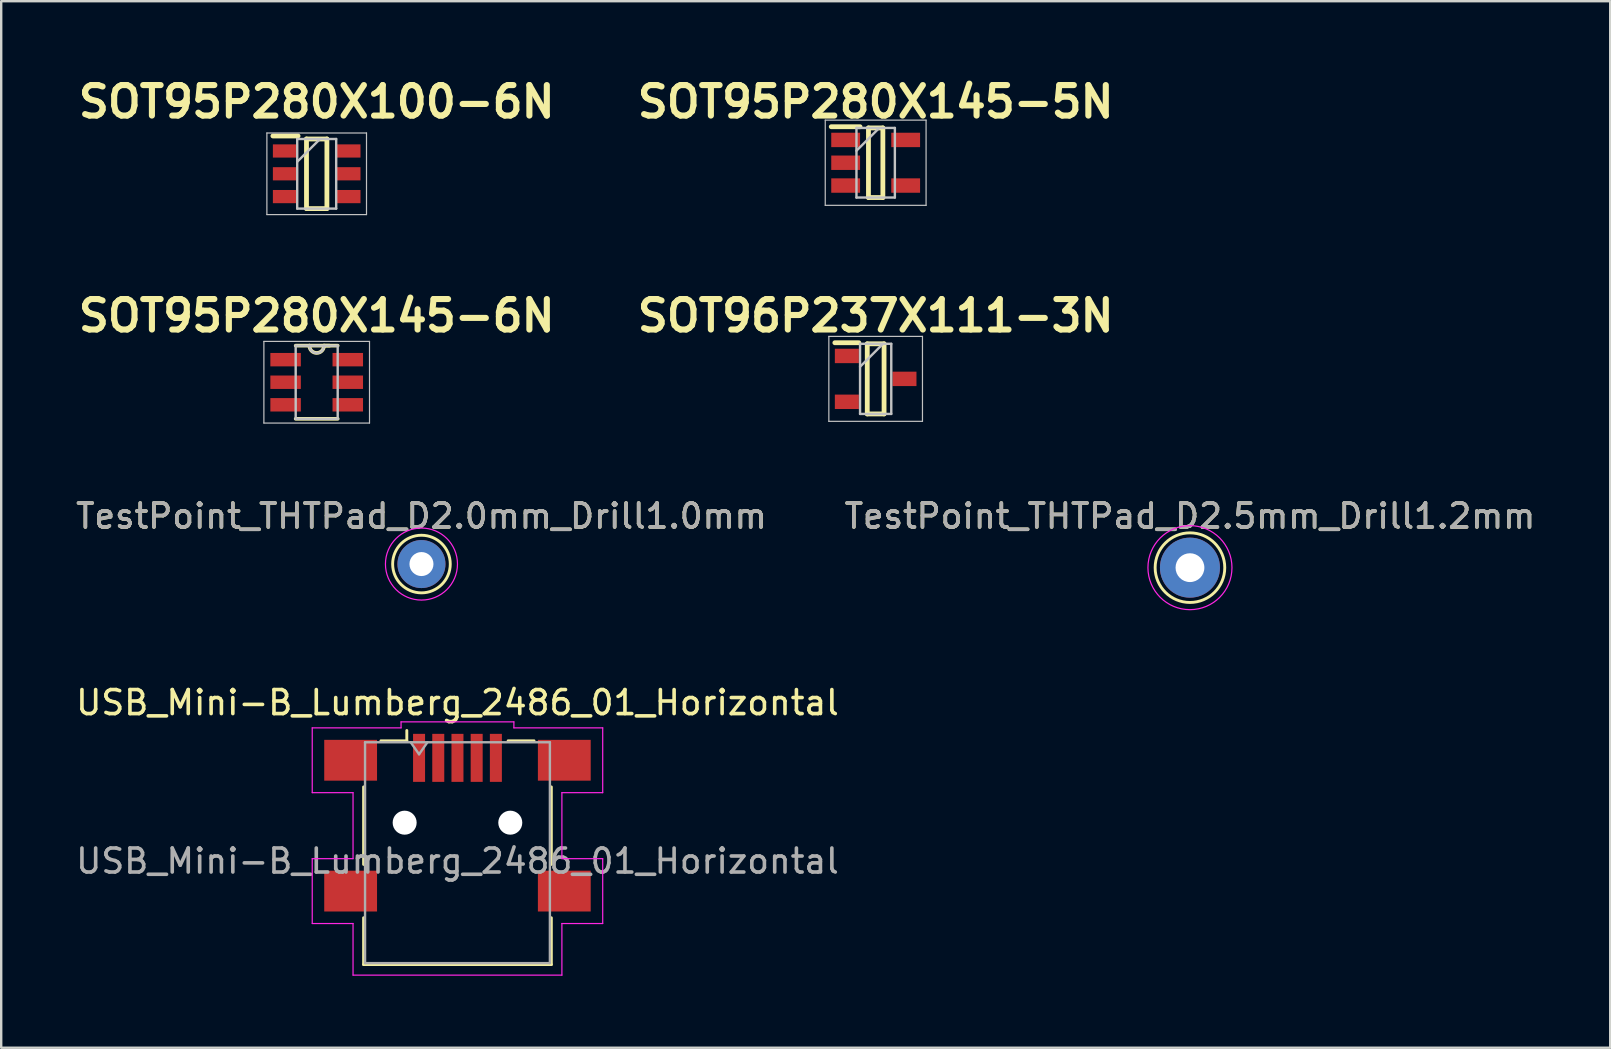
<source format=kicad_pcb>
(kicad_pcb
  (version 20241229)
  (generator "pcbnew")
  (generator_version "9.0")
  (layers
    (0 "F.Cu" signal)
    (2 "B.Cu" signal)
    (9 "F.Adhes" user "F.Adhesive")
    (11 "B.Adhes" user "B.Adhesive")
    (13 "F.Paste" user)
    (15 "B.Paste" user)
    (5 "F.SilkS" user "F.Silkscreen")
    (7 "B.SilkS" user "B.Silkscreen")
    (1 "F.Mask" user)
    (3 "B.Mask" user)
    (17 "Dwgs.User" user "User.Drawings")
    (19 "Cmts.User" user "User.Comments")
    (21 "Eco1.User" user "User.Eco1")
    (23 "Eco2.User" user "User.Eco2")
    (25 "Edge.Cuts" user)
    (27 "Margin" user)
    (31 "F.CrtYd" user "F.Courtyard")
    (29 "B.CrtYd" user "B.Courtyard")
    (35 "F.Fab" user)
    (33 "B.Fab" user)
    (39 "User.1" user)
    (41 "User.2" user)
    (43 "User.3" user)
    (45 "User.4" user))
  (footprint "TestPoint_THTPad_D2.0mm_Drill1.0mm"
    (layer "F.Cu")
    (at 14.506 20.446)
    (property "Reference" "TestPoint_THTPad_D2.0mm_Drill1.0mm" (at 0 -1.998 0) (layer "F.SilkS") (effects (font (size 1 1) (thickness 0.15))))
    (attr exclude_from_pos_files exclude_from_bom)
    (fp_circle (center 0 0) (end 0 1.2) (stroke (width 0.12) (type solid)) (fill no) (layer "F.SilkS"))
    (fp_circle (center 0 0) (end 1.5 0) (stroke (width 0.05) (type solid)) (fill no) (layer "F.CrtYd"))
    (fp_text user "${REFERENCE}" (at 0 -2 0) (layer "F.Fab") (effects (font (size 1 1) (thickness 0.15))))
    (pad "1" thru_hole circle (at 0 0) (size 2 2) (drill 1) (layers "*.Cu" "*.Mask")))
  (footprint "SOT95P280X145-6N"
    (layer "F.Cu")
    (at 10.142 12.872)
    (property "Reference" "SOT95P280X145-6N" (at 0 -2.77 0) (layer "F.SilkS") (effects (font (size 1.27 1.27) (thickness 0.254))))
    (attr smd)
    (fp_line (start -0.875 1.524) (end 0.875 1.524) (stroke (width 0.152) (type solid)) (layer "F.SilkS"))
    (fp_line (start -0.3 -1.524) (end -0.875 -1.524) (stroke (width 0.152) (type solid)) (layer "F.SilkS"))
    (fp_line (start 0.305 -1.524) (end -0.305 -1.524) (stroke (width 0.152) (type solid)) (layer "F.SilkS"))
    (fp_line (start 0.533 -1.524) (end 0.305 -1.524) (stroke (width 0.152) (type solid)) (layer "F.SilkS"))
    (fp_line (start 0.875 -1.524) (end 0.3 -1.524) (stroke (width 0.152) (type solid)) (layer "F.SilkS"))
    (fp_arc (start 0.3048 -1.524) (mid 0 -1.2192) (end -0.3048 -1.524) (stroke (width 0.1524) (type solid)) (layer "F.SilkS"))
    (fp_line (start -2.2 -1.7) (end 2.2 -1.7) (stroke (width 0.05) (type solid)) (layer "Dwgs.User"))
    (fp_line (start -2.2 1.7) (end -2.2 -1.7) (stroke (width 0.05) (type solid)) (layer "Dwgs.User"))
    (fp_line (start -0.875 -1.524) (end -0.875 1.524) (stroke (width 0.1) (type solid)) (layer "Dwgs.User"))
    (fp_line (start 0.875 -1.524) (end -0.875 -1.524) (stroke (width 0.1) (type solid)) (layer "Dwgs.User"))
    (fp_line (start 0.875 -1.524) (end 0.875 1.524) (stroke (width 0.1) (type solid)) (layer "Dwgs.User"))
    (fp_line (start 0.875 1.524) (end -0.875 1.524) (stroke (width 0.1) (type solid)) (layer "Dwgs.User"))
    (fp_line (start 2.2 -1.7) (end 2.2 1.7) (stroke (width 0.05) (type solid)) (layer "Dwgs.User"))
    (fp_line (start 2.2 1.7) (end -2.2 1.7) (stroke (width 0.05) (type solid)) (layer "Dwgs.User"))
    (fp_arc (start 0.3048 -1.52) (mid 0 -1.2152) (end -0.3048 -1.52) (stroke (width 0.1) (type solid)) (layer "Dwgs.User"))
    (pad "1" smd rect (at -1.295 -0.94 90) (size 0.559 1.27) (layers "F.Cu" "F.Mask" "F.Paste"))
    (pad "2" smd rect (at -1.295 0 90) (size 0.559 1.27) (layers "F.Cu" "F.Mask" "F.Paste"))
    (pad "3" smd rect (at -1.295 0.94 90) (size 0.559 1.27) (layers "F.Cu" "F.Mask" "F.Paste"))
    (pad "4" smd rect (at 1.295 0.94 90) (size 0.559 1.27) (layers "F.Cu" "F.Mask" "F.Paste"))
    (pad "5" smd rect (at 1.295 0 90) (size 0.559 1.27) (layers "F.Cu" "F.Mask" "F.Paste"))
    (pad "6" smd rect (at 1.295 -0.94 90) (size 0.559 1.27) (layers "F.Cu" "F.Mask" "F.Paste")))
  (footprint "USB_Mini-B_Lumberg_2486_01_Horizontal"
    (layer "F.Cu")
    (at 16.006 31.219)
    (property "Reference" "USB_Mini-B_Lumberg_2486_01_Horizontal" (at 0 -5 0) (layer "F.SilkS") (effects (font (size 1 1) (thickness 0.15))))
    (attr smd)
    (fp_line (start -3.91 1.74) (end -3.91 -1.49) (stroke (width 0.12) (type solid)) (layer "F.SilkS"))
    (fp_line (start -3.91 5.91) (end -3.91 3.96) (stroke (width 0.12) (type solid)) (layer "F.SilkS"))
    (fp_line (start -3.19 -3.41) (end -2.11 -3.41) (stroke (width 0.12) (type solid)) (layer "F.SilkS"))
    (fp_line (start -2.11 -3.41) (end -2.11 -3.84) (stroke (width 0.12) (type solid)) (layer "F.SilkS"))
    (fp_line (start 2.11 -3.41) (end 3.19 -3.41) (stroke (width 0.12) (type solid)) (layer "F.SilkS"))
    (fp_line (start 3.91 1.74) (end 3.91 -1.49) (stroke (width 0.12) (type solid)) (layer "F.SilkS"))
    (fp_line (start 3.91 5.91) (end -3.91 5.91) (stroke (width 0.12) (type solid)) (layer "F.SilkS"))
    (fp_line (start 3.91 5.91) (end 3.91 3.96) (stroke (width 0.12) (type solid)) (layer "F.SilkS"))
    (fp_line (start -6.05 -3.95) (end -6.05 -1.25) (stroke (width 0.05) (type solid)) (layer "F.CrtYd"))
    (fp_line (start -6.05 -3.95) (end -2.35 -3.95) (stroke (width 0.05) (type solid)) (layer "F.CrtYd"))
    (fp_line (start -6.05 1.5) (end -6.05 4.2) (stroke (width 0.05) (type solid)) (layer "F.CrtYd"))
    (fp_line (start -4.35 -1.25) (end -6.05 -1.25) (stroke (width 0.05) (type solid)) (layer "F.CrtYd"))
    (fp_line (start -4.35 -1.25) (end -4.35 1.5) (stroke (width 0.05) (type solid)) (layer "F.CrtYd"))
    (fp_line (start -4.35 1.5) (end -6.05 1.5) (stroke (width 0.05) (type solid)) (layer "F.CrtYd"))
    (fp_line (start -4.35 4.2) (end -6.05 4.2) (stroke (width 0.05) (type solid)) (layer "F.CrtYd"))
    (fp_line (start -4.35 6.35) (end -4.35 4.2) (stroke (width 0.05) (type solid)) (layer "F.CrtYd"))
    (fp_line (start -4.35 6.35) (end 4.35 6.35) (stroke (width 0.05) (type solid)) (layer "F.CrtYd"))
    (fp_line (start -2.35 -3.95) (end -2.35 -4.2) (stroke (width 0.05) (type solid)) (layer "F.CrtYd"))
    (fp_line (start 2.35 -4.2) (end -2.35 -4.2) (stroke (width 0.05) (type solid)) (layer "F.CrtYd"))
    (fp_line (start 2.35 -3.95) (end 2.35 -4.2) (stroke (width 0.05) (type solid)) (layer "F.CrtYd"))
    (fp_line (start 4.35 -1.25) (end 4.35 1.5) (stroke (width 0.05) (type solid)) (layer "F.CrtYd"))
    (fp_line (start 4.35 -1.25) (end 6.05 -1.25) (stroke (width 0.05) (type solid)) (layer "F.CrtYd"))
    (fp_line (start 4.35 1.5) (end 6.05 1.5) (stroke (width 0.05) (type solid)) (layer "F.CrtYd"))
    (fp_line (start 4.35 4.2) (end 6.05 4.2) (stroke (width 0.05) (type solid)) (layer "F.CrtYd"))
    (fp_line (start 4.35 6.35) (end 4.35 4.2) (stroke (width 0.05) (type solid)) (layer "F.CrtYd"))
    (fp_line (start 6.05 -3.95) (end 2.35 -3.95) (stroke (width 0.05) (type solid)) (layer "F.CrtYd"))
    (fp_line (start 6.05 -3.95) (end 6.05 -1.25) (stroke (width 0.05) (type solid)) (layer "F.CrtYd"))
    (fp_line (start 6.05 1.5) (end 6.05 4.2) (stroke (width 0.05) (type solid)) (layer "F.CrtYd"))
    (fp_line (start -3.85 -3.35) (end -3.85 5.85) (stroke (width 0.1) (type solid)) (layer "F.Fab"))
    (fp_line (start -3.85 -3.35) (end 3.85 -3.35) (stroke (width 0.1) (type solid)) (layer "F.Fab"))
    (fp_line (start -3.85 5.85) (end 3.85 5.85) (stroke (width 0.1) (type solid)) (layer "F.Fab"))
    (fp_line (start -1.95 -3.35) (end -1.6 -2.85) (stroke (width 0.1) (type solid)) (layer "F.Fab"))
    (fp_line (start -1.6 -2.85) (end -1.25 -3.35) (stroke (width 0.1) (type solid)) (layer "F.Fab"))
    (fp_line (start 3.85 5.85) (end 3.85 -3.35) (stroke (width 0.1) (type solid)) (layer "F.Fab"))
    (fp_text user "${REFERENCE}" (at 0 1.6 180) (layer "F.Fab") (effects (font (size 1 1) (thickness 0.15))))
    (pad "" np_thru_hole circle (at -2.2 0) (size 1 1) (drill 1) (layers "*.Cu" "*.Mask"))
    (pad "" np_thru_hole circle (at 2.2 0) (size 1 1) (drill 1) (layers "*.Cu" "*.Mask"))
    (pad "1" smd rect (at -1.6 -2.7) (size 0.5 2) (layers "F.Cu" "F.Mask" "F.Paste"))
    (pad "2" smd rect (at -0.8 -2.7) (size 0.5 2) (layers "F.Cu" "F.Mask" "F.Paste"))
    (pad "3" smd rect (at 0 -2.7) (size 0.5 2) (layers "F.Cu" "F.Mask" "F.Paste"))
    (pad "4" smd rect (at 0.8 -2.7) (size 0.5 2) (layers "F.Cu" "F.Mask" "F.Paste"))
    (pad "5" smd rect (at 1.6 -2.7) (size 0.5 2) (layers "F.Cu" "F.Mask" "F.Paste"))
    (pad "SH" smd rect (at -4.45 -2.6) (size 2.2 1.7) (layers "F.Cu" "F.Mask" "F.Paste"))
    (pad "SH" smd rect (at -4.45 2.85) (size 2.2 1.7) (layers "F.Cu" "F.Mask" "F.Paste"))
    (pad "SH" smd rect (at 4.45 -2.6) (size 2.2 1.7) (layers "F.Cu" "F.Mask" "F.Paste"))
    (pad "SH" smd rect (at 4.45 2.85) (size 2.2 1.7) (layers "F.Cu" "F.Mask" "F.Paste")))
  (footprint "TestPoint_THTPad_D2.5mm_Drill1.2mm"
    (layer "F.Cu")
    (at 46.518 20.596)
    (property "Reference" "TestPoint_THTPad_D2.5mm_Drill1.2mm" (at 0 -2.148 0) (layer "F.SilkS") (effects (font (size 1 1) (thickness 0.15))))
    (attr exclude_from_pos_files exclude_from_bom)
    (fp_circle (center 0 0) (end 0 1.45) (stroke (width 0.12) (type solid)) (fill no) (layer "F.SilkS"))
    (fp_circle (center 0 0) (end 1.75 0) (stroke (width 0.05) (type solid)) (fill no) (layer "F.CrtYd"))
    (fp_text user "${REFERENCE}" (at 0 -2.15 0) (layer "F.Fab") (effects (font (size 1 1) (thickness 0.15))))
    (pad "1" thru_hole circle (at 0 0) (size 2.5 2.5) (drill 1.2) (layers "*.Cu" "*.Mask")))
  (footprint "SOT96P237X111-3N"
    (layer "F.Cu")
    (at 33.426 12.732)
    (property "Reference" "SOT96P237X111-3N" (at 0 -2.63 0) (layer "F.SilkS") (effects (font (size 1.27 1.27) (thickness 0.254))))
    (attr smd)
    (fp_line (start -1.7 -1.505) (end -0.7 -1.505) (stroke (width 0.2) (type solid)) (layer "F.SilkS"))
    (fp_line (start -0.35 -1.46) (end 0.35 -1.46) (stroke (width 0.2) (type solid)) (layer "F.SilkS"))
    (fp_line (start -0.35 1.46) (end -0.35 -1.46) (stroke (width 0.2) (type solid)) (layer "F.SilkS"))
    (fp_line (start 0.35 -1.46) (end 0.35 1.46) (stroke (width 0.2) (type solid)) (layer "F.SilkS"))
    (fp_line (start 0.35 1.46) (end -0.35 1.46) (stroke (width 0.2) (type solid)) (layer "F.SilkS"))
    (fp_line (start -1.95 -1.77) (end 1.95 -1.77) (stroke (width 0.05) (type solid)) (layer "Dwgs.User"))
    (fp_line (start -1.95 1.77) (end -1.95 -1.77) (stroke (width 0.05) (type solid)) (layer "Dwgs.User"))
    (fp_line (start -0.65 -1.46) (end 0.65 -1.46) (stroke (width 0.1) (type solid)) (layer "Dwgs.User"))
    (fp_line (start -0.65 -0.505) (end 0.305 -1.46) (stroke (width 0.1) (type solid)) (layer "Dwgs.User"))
    (fp_line (start -0.65 1.46) (end -0.65 -1.46) (stroke (width 0.1) (type solid)) (layer "Dwgs.User"))
    (fp_line (start 0.65 -1.46) (end 0.65 1.46) (stroke (width 0.1) (type solid)) (layer "Dwgs.User"))
    (fp_line (start 0.65 1.46) (end -0.65 1.46) (stroke (width 0.1) (type solid)) (layer "Dwgs.User"))
    (fp_line (start 1.95 -1.77) (end 1.95 1.77) (stroke (width 0.05) (type solid)) (layer "Dwgs.User"))
    (fp_line (start 1.95 1.77) (end -1.95 1.77) (stroke (width 0.05) (type solid)) (layer "Dwgs.User"))
    (pad "1" smd rect (at -1.2 -0.955 90) (size 0.6 1) (layers "F.Cu" "F.Mask" "F.Paste"))
    (pad "2" smd rect (at -1.2 0.955 90) (size 0.6 1) (layers "F.Cu" "F.Mask" "F.Paste"))
    (pad "3" smd rect (at 1.2 0 90) (size 0.6 1) (layers "F.Cu" "F.Mask" "F.Paste")))
  (footprint "SOT95P280X145-5N"
    (layer "F.Cu")
    (at 33.426 3.729)
    (property "Reference" "SOT95P280X145-5N" (at 0 -2.54 0) (layer "F.SilkS") (effects (font (size 1.27 1.27) (thickness 0.254))))
    (attr smd)
    (fp_line (start -1.85 -1.5) (end -0.65 -1.5) (stroke (width 0.2) (type solid)) (layer "F.SilkS"))
    (fp_line (start -0.3 -1.45) (end 0.3 -1.45) (stroke (width 0.2) (type solid)) (layer "F.SilkS"))
    (fp_line (start -0.3 1.45) (end -0.3 -1.45) (stroke (width 0.2) (type solid)) (layer "F.SilkS"))
    (fp_line (start 0.3 -1.45) (end 0.3 1.45) (stroke (width 0.2) (type solid)) (layer "F.SilkS"))
    (fp_line (start 0.3 1.45) (end -0.3 1.45) (stroke (width 0.2) (type solid)) (layer "F.SilkS"))
    (fp_line (start -2.1 -1.775) (end 2.1 -1.775) (stroke (width 0.05) (type solid)) (layer "Dwgs.User"))
    (fp_line (start -2.1 1.775) (end -2.1 -1.775) (stroke (width 0.05) (type solid)) (layer "Dwgs.User"))
    (fp_line (start -0.8 -1.45) (end 0.8 -1.45) (stroke (width 0.1) (type solid)) (layer "Dwgs.User"))
    (fp_line (start -0.8 -0.5) (end 0.15 -1.45) (stroke (width 0.1) (type solid)) (layer "Dwgs.User"))
    (fp_line (start -0.8 1.45) (end -0.8 -1.45) (stroke (width 0.1) (type solid)) (layer "Dwgs.User"))
    (fp_line (start 0.8 -1.45) (end 0.8 1.45) (stroke (width 0.1) (type solid)) (layer "Dwgs.User"))
    (fp_line (start 0.8 1.45) (end -0.8 1.45) (stroke (width 0.1) (type solid)) (layer "Dwgs.User"))
    (fp_line (start 2.1 -1.775) (end 2.1 1.775) (stroke (width 0.05) (type solid)) (layer "Dwgs.User"))
    (fp_line (start 2.1 1.775) (end -2.1 1.775) (stroke (width 0.05) (type solid)) (layer "Dwgs.User"))
    (pad "1" smd rect (at -1.25 -0.95 90) (size 0.6 1.2) (layers "F.Cu" "F.Mask" "F.Paste"))
    (pad "2" smd rect (at -1.25 0 90) (size 0.6 1.2) (layers "F.Cu" "F.Mask" "F.Paste"))
    (pad "3" smd rect (at -1.25 0.95 90) (size 0.6 1.2) (layers "F.Cu" "F.Mask" "F.Paste"))
    (pad "4" smd rect (at 1.25 0.95 90) (size 0.6 1.2) (layers "F.Cu" "F.Mask" "F.Paste"))
    (pad "5" smd rect (at 1.25 -0.95 90) (size 0.6 1.2) (layers "F.Cu" "F.Mask" "F.Paste")))
  (footprint "SOT95P280X100-6N"
    (layer "F.Cu")
    (at 10.142 4.189)
    (property "Reference" "SOT95P280X100-6N" (at 0 -3 0) (layer "F.SilkS") (effects (font (size 1.27 1.27) (thickness 0.254))))
    (attr smd)
    (fp_line (start -1.825 -1.575) (end -0.775 -1.575) (stroke (width 0.2) (type solid)) (layer "F.SilkS"))
    (fp_line (start -0.425 -1.45) (end 0.425 -1.45) (stroke (width 0.2) (type solid)) (layer "F.SilkS"))
    (fp_line (start -0.425 1.45) (end -0.425 -1.45) (stroke (width 0.2) (type solid)) (layer "F.SilkS"))
    (fp_line (start 0.425 -1.45) (end 0.425 1.45) (stroke (width 0.2) (type solid)) (layer "F.SilkS"))
    (fp_line (start 0.425 1.45) (end -0.425 1.45) (stroke (width 0.2) (type solid)) (layer "F.SilkS"))
    (fp_line (start -2.075 -1.7) (end 2.075 -1.7) (stroke (width 0.05) (type solid)) (layer "Dwgs.User"))
    (fp_line (start -2.075 1.7) (end -2.075 -1.7) (stroke (width 0.05) (type solid)) (layer "Dwgs.User"))
    (fp_line (start -0.812 -1.45) (end 0.812 -1.45) (stroke (width 0.1) (type solid)) (layer "Dwgs.User"))
    (fp_line (start -0.812 -0.5) (end 0.138 -1.45) (stroke (width 0.1) (type solid)) (layer "Dwgs.User"))
    (fp_line (start -0.812 1.45) (end -0.812 -1.45) (stroke (width 0.1) (type solid)) (layer "Dwgs.User"))
    (fp_line (start 0.812 -1.45) (end 0.812 1.45) (stroke (width 0.1) (type solid)) (layer "Dwgs.User"))
    (fp_line (start 0.812 1.45) (end -0.812 1.45) (stroke (width 0.1) (type solid)) (layer "Dwgs.User"))
    (fp_line (start 2.075 -1.7) (end 2.075 1.7) (stroke (width 0.05) (type solid)) (layer "Dwgs.User"))
    (fp_line (start 2.075 1.7) (end -2.075 1.7) (stroke (width 0.05) (type solid)) (layer "Dwgs.User"))
    (pad "1" smd rect (at -1.3 -0.95 90) (size 0.55 1.05) (layers "F.Cu" "F.Mask" "F.Paste"))
    (pad "2" smd rect (at -1.3 0 90) (size 0.55 1.05) (layers "F.Cu" "F.Mask" "F.Paste"))
    (pad "3" smd rect (at -1.3 0.95 90) (size 0.55 1.05) (layers "F.Cu" "F.Mask" "F.Paste"))
    (pad "4" smd rect (at 1.3 0.95 90) (size 0.55 1.05) (layers "F.Cu" "F.Mask" "F.Paste"))
    (pad "5" smd rect (at 1.3 0 90) (size 0.55 1.05) (layers "F.Cu" "F.Mask" "F.Paste"))
    (pad "6" smd rect (at 1.3 -0.95 90) (size 0.55 1.05) (layers "F.Cu" "F.Mask" "F.Paste")))
  (gr_rect
    (start -3 -3)
    (end 64.024 40.594)
    (stroke (width 0.1) (type default))
    (fill no)
    (layer "Edge.Cuts")))
</source>
